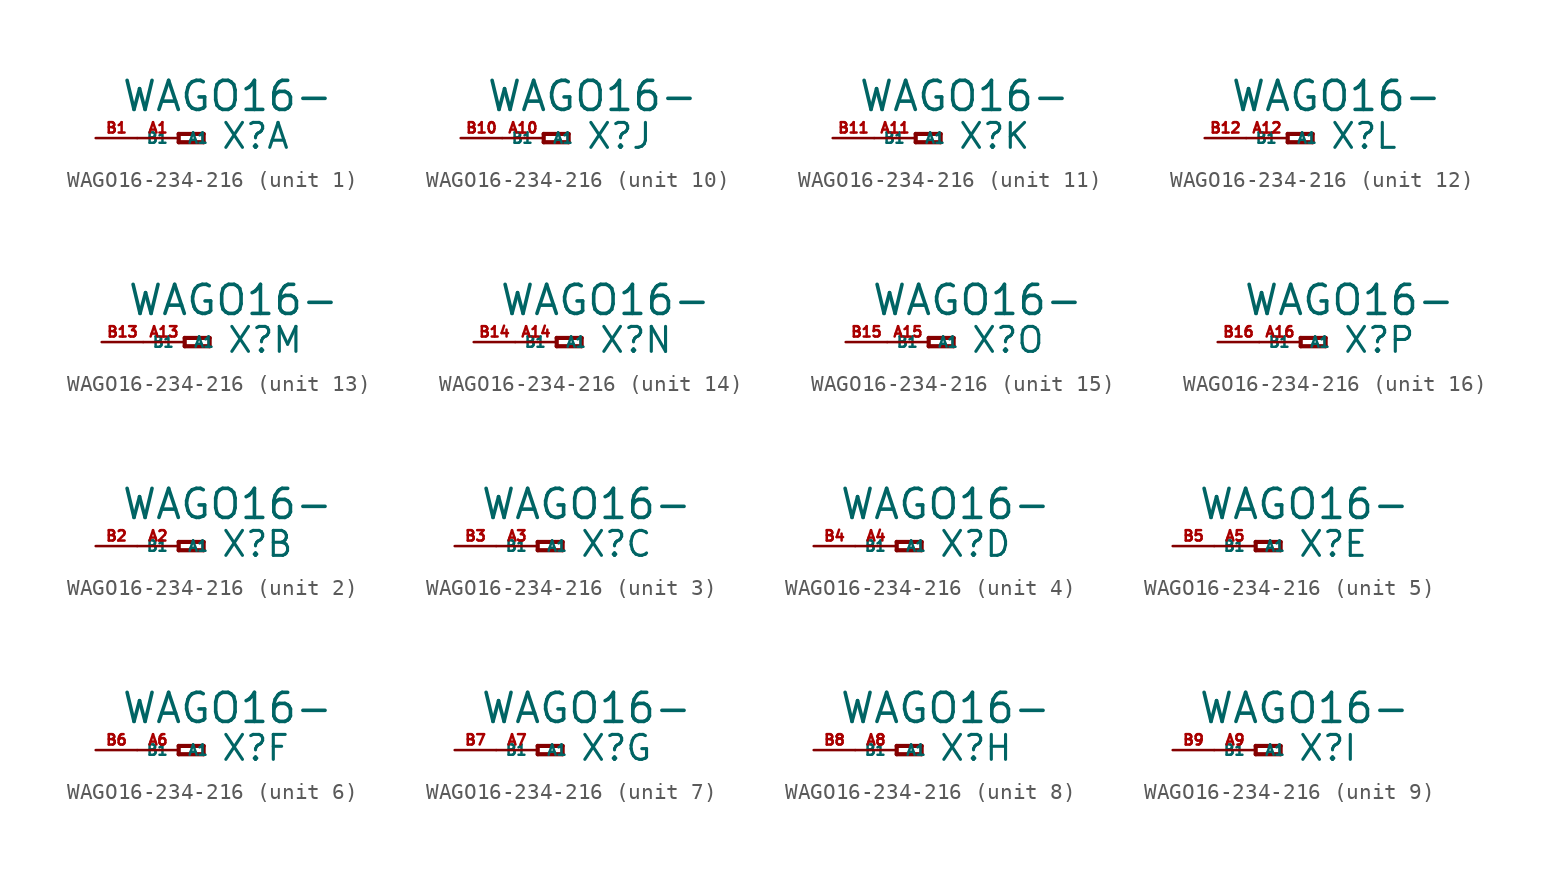
<source format=kicad_sym>
(kicad_symbol_lib
  (version 20220914)
  (generator Eagle2Kicad)
  (symbol "WAGO16-234-216"
    (property "Reference" "X"
      (at 2.54 -0.762 0)
      (effects (font (size 1.524 1.524) (thickness 0.19)) (justify left bottom)))
    (property "Value" "WAGO16-"
      (at -3.556 1.524 0)
      (effects (font (size 1.778 1.778) (thickness 0.22)) (justify left bottom)))
    (symbol "WAGO16-234-216_1_0"
      (polyline (pts (xy 0 0.254) (xy 0 -0.254)) (stroke (width 0.254) (type default)) (fill (type none)))
      (polyline (pts (xy 0 -0.254) (xy 1.524 -0.254)) (stroke (width 0.254) (type default)) (fill (type none)))
      (polyline (pts (xy 1.524 -0.254) (xy 1.524 0.254)) (stroke (width 0.254) (type default)) (fill (type none)))
      (polyline (pts (xy 1.524 0.254) (xy 0 0.254)) (stroke (width 0.254) (type default)) (fill (type none)))
      (pin passive line (at -2.54 0 0) (length 2.54) (name "A1" (effects (font (size 0.635 0.635) (thickness 0.08)) (justify left bottom))) (number "A1" (effects (font (size 0.635 0.635) (thickness 0.08)) (justify left bottom))))
      (pin passive line (at -5.08 0 0) (length 2.54) (name "B1" (effects (font (size 0.635 0.635) (thickness 0.08)) (justify left bottom))) (number "B1" (effects (font (size 0.635 0.635) (thickness 0.08)) (justify left bottom)))))
    (symbol "WAGO16-234-216_2_0"
      (polyline (pts (xy 0 0.254) (xy 0 -0.254)) (stroke (width 0.254) (type default)) (fill (type none)))
      (polyline (pts (xy 0 -0.254) (xy 1.524 -0.254)) (stroke (width 0.254) (type default)) (fill (type none)))
      (polyline (pts (xy 1.524 -0.254) (xy 1.524 0.254)) (stroke (width 0.254) (type default)) (fill (type none)))
      (polyline (pts (xy 1.524 0.254) (xy 0 0.254)) (stroke (width 0.254) (type default)) (fill (type none)))
      (pin passive line (at -2.54 0 0) (length 2.54) (name "A1" (effects (font (size 0.635 0.635) (thickness 0.08)) (justify left bottom))) (number "A2" (effects (font (size 0.635 0.635) (thickness 0.08)) (justify left bottom))))
      (pin passive line (at -5.08 0 0) (length 2.54) (name "B1" (effects (font (size 0.635 0.635) (thickness 0.08)) (justify left bottom))) (number "B2" (effects (font (size 0.635 0.635) (thickness 0.08)) (justify left bottom)))))
    (symbol "WAGO16-234-216_3_0"
      (polyline (pts (xy 0 0.254) (xy 0 -0.254)) (stroke (width 0.254) (type default)) (fill (type none)))
      (polyline (pts (xy 0 -0.254) (xy 1.524 -0.254)) (stroke (width 0.254) (type default)) (fill (type none)))
      (polyline (pts (xy 1.524 -0.254) (xy 1.524 0.254)) (stroke (width 0.254) (type default)) (fill (type none)))
      (polyline (pts (xy 1.524 0.254) (xy 0 0.254)) (stroke (width 0.254) (type default)) (fill (type none)))
      (pin passive line (at -2.54 0 0) (length 2.54) (name "A1" (effects (font (size 0.635 0.635) (thickness 0.08)) (justify left bottom))) (number "A3" (effects (font (size 0.635 0.635) (thickness 0.08)) (justify left bottom))))
      (pin passive line (at -5.08 0 0) (length 2.54) (name "B1" (effects (font (size 0.635 0.635) (thickness 0.08)) (justify left bottom))) (number "B3" (effects (font (size 0.635 0.635) (thickness 0.08)) (justify left bottom)))))
    (symbol "WAGO16-234-216_4_0"
      (polyline (pts (xy 0 0.254) (xy 0 -0.254)) (stroke (width 0.254) (type default)) (fill (type none)))
      (polyline (pts (xy 0 -0.254) (xy 1.524 -0.254)) (stroke (width 0.254) (type default)) (fill (type none)))
      (polyline (pts (xy 1.524 -0.254) (xy 1.524 0.254)) (stroke (width 0.254) (type default)) (fill (type none)))
      (polyline (pts (xy 1.524 0.254) (xy 0 0.254)) (stroke (width 0.254) (type default)) (fill (type none)))
      (pin passive line (at -2.54 0 0) (length 2.54) (name "A1" (effects (font (size 0.635 0.635) (thickness 0.08)) (justify left bottom))) (number "A4" (effects (font (size 0.635 0.635) (thickness 0.08)) (justify left bottom))))
      (pin passive line (at -5.08 0 0) (length 2.54) (name "B1" (effects (font (size 0.635 0.635) (thickness 0.08)) (justify left bottom))) (number "B4" (effects (font (size 0.635 0.635) (thickness 0.08)) (justify left bottom)))))
    (symbol "WAGO16-234-216_5_0"
      (polyline (pts (xy 0 0.254) (xy 0 -0.254)) (stroke (width 0.254) (type default)) (fill (type none)))
      (polyline (pts (xy 0 -0.254) (xy 1.524 -0.254)) (stroke (width 0.254) (type default)) (fill (type none)))
      (polyline (pts (xy 1.524 -0.254) (xy 1.524 0.254)) (stroke (width 0.254) (type default)) (fill (type none)))
      (polyline (pts (xy 1.524 0.254) (xy 0 0.254)) (stroke (width 0.254) (type default)) (fill (type none)))
      (pin passive line (at -2.54 0 0) (length 2.54) (name "A1" (effects (font (size 0.635 0.635) (thickness 0.08)) (justify left bottom))) (number "A5" (effects (font (size 0.635 0.635) (thickness 0.08)) (justify left bottom))))
      (pin passive line (at -5.08 0 0) (length 2.54) (name "B1" (effects (font (size 0.635 0.635) (thickness 0.08)) (justify left bottom))) (number "B5" (effects (font (size 0.635 0.635) (thickness 0.08)) (justify left bottom)))))
    (symbol "WAGO16-234-216_6_0"
      (polyline (pts (xy 0 0.254) (xy 0 -0.254)) (stroke (width 0.254) (type default)) (fill (type none)))
      (polyline (pts (xy 0 -0.254) (xy 1.524 -0.254)) (stroke (width 0.254) (type default)) (fill (type none)))
      (polyline (pts (xy 1.524 -0.254) (xy 1.524 0.254)) (stroke (width 0.254) (type default)) (fill (type none)))
      (polyline (pts (xy 1.524 0.254) (xy 0 0.254)) (stroke (width 0.254) (type default)) (fill (type none)))
      (pin passive line (at -2.54 0 0) (length 2.54) (name "A1" (effects (font (size 0.635 0.635) (thickness 0.08)) (justify left bottom))) (number "A6" (effects (font (size 0.635 0.635) (thickness 0.08)) (justify left bottom))))
      (pin passive line (at -5.08 0 0) (length 2.54) (name "B1" (effects (font (size 0.635 0.635) (thickness 0.08)) (justify left bottom))) (number "B6" (effects (font (size 0.635 0.635) (thickness 0.08)) (justify left bottom)))))
    (symbol "WAGO16-234-216_7_0"
      (polyline (pts (xy 0 0.254) (xy 0 -0.254)) (stroke (width 0.254) (type default)) (fill (type none)))
      (polyline (pts (xy 0 -0.254) (xy 1.524 -0.254)) (stroke (width 0.254) (type default)) (fill (type none)))
      (polyline (pts (xy 1.524 -0.254) (xy 1.524 0.254)) (stroke (width 0.254) (type default)) (fill (type none)))
      (polyline (pts (xy 1.524 0.254) (xy 0 0.254)) (stroke (width 0.254) (type default)) (fill (type none)))
      (pin passive line (at -2.54 0 0) (length 2.54) (name "A1" (effects (font (size 0.635 0.635) (thickness 0.08)) (justify left bottom))) (number "A7" (effects (font (size 0.635 0.635) (thickness 0.08)) (justify left bottom))))
      (pin passive line (at -5.08 0 0) (length 2.54) (name "B1" (effects (font (size 0.635 0.635) (thickness 0.08)) (justify left bottom))) (number "B7" (effects (font (size 0.635 0.635) (thickness 0.08)) (justify left bottom)))))
    (symbol "WAGO16-234-216_8_0"
      (polyline (pts (xy 0 0.254) (xy 0 -0.254)) (stroke (width 0.254) (type default)) (fill (type none)))
      (polyline (pts (xy 0 -0.254) (xy 1.524 -0.254)) (stroke (width 0.254) (type default)) (fill (type none)))
      (polyline (pts (xy 1.524 -0.254) (xy 1.524 0.254)) (stroke (width 0.254) (type default)) (fill (type none)))
      (polyline (pts (xy 1.524 0.254) (xy 0 0.254)) (stroke (width 0.254) (type default)) (fill (type none)))
      (pin passive line (at -2.54 0 0) (length 2.54) (name "A1" (effects (font (size 0.635 0.635) (thickness 0.08)) (justify left bottom))) (number "A8" (effects (font (size 0.635 0.635) (thickness 0.08)) (justify left bottom))))
      (pin passive line (at -5.08 0 0) (length 2.54) (name "B1" (effects (font (size 0.635 0.635) (thickness 0.08)) (justify left bottom))) (number "B8" (effects (font (size 0.635 0.635) (thickness 0.08)) (justify left bottom)))))
    (symbol "WAGO16-234-216_9_0"
      (polyline (pts (xy 0 0.254) (xy 0 -0.254)) (stroke (width 0.254) (type default)) (fill (type none)))
      (polyline (pts (xy 0 -0.254) (xy 1.524 -0.254)) (stroke (width 0.254) (type default)) (fill (type none)))
      (polyline (pts (xy 1.524 -0.254) (xy 1.524 0.254)) (stroke (width 0.254) (type default)) (fill (type none)))
      (polyline (pts (xy 1.524 0.254) (xy 0 0.254)) (stroke (width 0.254) (type default)) (fill (type none)))
      (pin passive line (at -2.54 0 0) (length 2.54) (name "A1" (effects (font (size 0.635 0.635) (thickness 0.08)) (justify left bottom))) (number "A9" (effects (font (size 0.635 0.635) (thickness 0.08)) (justify left bottom))))
      (pin passive line (at -5.08 0 0) (length 2.54) (name "B1" (effects (font (size 0.635 0.635) (thickness 0.08)) (justify left bottom))) (number "B9" (effects (font (size 0.635 0.635) (thickness 0.08)) (justify left bottom)))))
    (symbol "WAGO16-234-216_10_0"
      (polyline (pts (xy 0 0.254) (xy 0 -0.254)) (stroke (width 0.254) (type default)) (fill (type none)))
      (polyline (pts (xy 0 -0.254) (xy 1.524 -0.254)) (stroke (width 0.254) (type default)) (fill (type none)))
      (polyline (pts (xy 1.524 -0.254) (xy 1.524 0.254)) (stroke (width 0.254) (type default)) (fill (type none)))
      (polyline (pts (xy 1.524 0.254) (xy 0 0.254)) (stroke (width 0.254) (type default)) (fill (type none)))
      (pin passive line (at -2.54 0 0) (length 2.54) (name "A1" (effects (font (size 0.635 0.635) (thickness 0.08)) (justify left bottom))) (number "A10" (effects (font (size 0.635 0.635) (thickness 0.08)) (justify left bottom))))
      (pin passive line (at -5.08 0 0) (length 2.54) (name "B1" (effects (font (size 0.635 0.635) (thickness 0.08)) (justify left bottom))) (number "B10" (effects (font (size 0.635 0.635) (thickness 0.08)) (justify left bottom)))))
    (symbol "WAGO16-234-216_11_0"
      (polyline (pts (xy 0 0.254) (xy 0 -0.254)) (stroke (width 0.254) (type default)) (fill (type none)))
      (polyline (pts (xy 0 -0.254) (xy 1.524 -0.254)) (stroke (width 0.254) (type default)) (fill (type none)))
      (polyline (pts (xy 1.524 -0.254) (xy 1.524 0.254)) (stroke (width 0.254) (type default)) (fill (type none)))
      (polyline (pts (xy 1.524 0.254) (xy 0 0.254)) (stroke (width 0.254) (type default)) (fill (type none)))
      (pin passive line (at -2.54 0 0) (length 2.54) (name "A1" (effects (font (size 0.635 0.635) (thickness 0.08)) (justify left bottom))) (number "A11" (effects (font (size 0.635 0.635) (thickness 0.08)) (justify left bottom))))
      (pin passive line (at -5.08 0 0) (length 2.54) (name "B1" (effects (font (size 0.635 0.635) (thickness 0.08)) (justify left bottom))) (number "B11" (effects (font (size 0.635 0.635) (thickness 0.08)) (justify left bottom)))))
    (symbol "WAGO16-234-216_12_0"
      (polyline (pts (xy 0 0.254) (xy 0 -0.254)) (stroke (width 0.254) (type default)) (fill (type none)))
      (polyline (pts (xy 0 -0.254) (xy 1.524 -0.254)) (stroke (width 0.254) (type default)) (fill (type none)))
      (polyline (pts (xy 1.524 -0.254) (xy 1.524 0.254)) (stroke (width 0.254) (type default)) (fill (type none)))
      (polyline (pts (xy 1.524 0.254) (xy 0 0.254)) (stroke (width 0.254) (type default)) (fill (type none)))
      (pin passive line (at -2.54 0 0) (length 2.54) (name "A1" (effects (font (size 0.635 0.635) (thickness 0.08)) (justify left bottom))) (number "A12" (effects (font (size 0.635 0.635) (thickness 0.08)) (justify left bottom))))
      (pin passive line (at -5.08 0 0) (length 2.54) (name "B1" (effects (font (size 0.635 0.635) (thickness 0.08)) (justify left bottom))) (number "B12" (effects (font (size 0.635 0.635) (thickness 0.08)) (justify left bottom)))))
    (symbol "WAGO16-234-216_13_0"
      (polyline (pts (xy 0 0.254) (xy 0 -0.254)) (stroke (width 0.254) (type default)) (fill (type none)))
      (polyline (pts (xy 0 -0.254) (xy 1.524 -0.254)) (stroke (width 0.254) (type default)) (fill (type none)))
      (polyline (pts (xy 1.524 -0.254) (xy 1.524 0.254)) (stroke (width 0.254) (type default)) (fill (type none)))
      (polyline (pts (xy 1.524 0.254) (xy 0 0.254)) (stroke (width 0.254) (type default)) (fill (type none)))
      (pin passive line (at -2.54 0 0) (length 2.54) (name "A1" (effects (font (size 0.635 0.635) (thickness 0.08)) (justify left bottom))) (number "A13" (effects (font (size 0.635 0.635) (thickness 0.08)) (justify left bottom))))
      (pin passive line (at -5.08 0 0) (length 2.54) (name "B1" (effects (font (size 0.635 0.635) (thickness 0.08)) (justify left bottom))) (number "B13" (effects (font (size 0.635 0.635) (thickness 0.08)) (justify left bottom)))))
    (symbol "WAGO16-234-216_14_0"
      (polyline (pts (xy 0 0.254) (xy 0 -0.254)) (stroke (width 0.254) (type default)) (fill (type none)))
      (polyline (pts (xy 0 -0.254) (xy 1.524 -0.254)) (stroke (width 0.254) (type default)) (fill (type none)))
      (polyline (pts (xy 1.524 -0.254) (xy 1.524 0.254)) (stroke (width 0.254) (type default)) (fill (type none)))
      (polyline (pts (xy 1.524 0.254) (xy 0 0.254)) (stroke (width 0.254) (type default)) (fill (type none)))
      (pin passive line (at -2.54 0 0) (length 2.54) (name "A1" (effects (font (size 0.635 0.635) (thickness 0.08)) (justify left bottom))) (number "A14" (effects (font (size 0.635 0.635) (thickness 0.08)) (justify left bottom))))
      (pin passive line (at -5.08 0 0) (length 2.54) (name "B1" (effects (font (size 0.635 0.635) (thickness 0.08)) (justify left bottom))) (number "B14" (effects (font (size 0.635 0.635) (thickness 0.08)) (justify left bottom)))))
    (symbol "WAGO16-234-216_15_0"
      (polyline (pts (xy 0 0.254) (xy 0 -0.254)) (stroke (width 0.254) (type default)) (fill (type none)))
      (polyline (pts (xy 0 -0.254) (xy 1.524 -0.254)) (stroke (width 0.254) (type default)) (fill (type none)))
      (polyline (pts (xy 1.524 -0.254) (xy 1.524 0.254)) (stroke (width 0.254) (type default)) (fill (type none)))
      (polyline (pts (xy 1.524 0.254) (xy 0 0.254)) (stroke (width 0.254) (type default)) (fill (type none)))
      (pin passive line (at -2.54 0 0) (length 2.54) (name "A1" (effects (font (size 0.635 0.635) (thickness 0.08)) (justify left bottom))) (number "A15" (effects (font (size 0.635 0.635) (thickness 0.08)) (justify left bottom))))
      (pin passive line (at -5.08 0 0) (length 2.54) (name "B1" (effects (font (size 0.635 0.635) (thickness 0.08)) (justify left bottom))) (number "B15" (effects (font (size 0.635 0.635) (thickness 0.08)) (justify left bottom)))))
    (symbol "WAGO16-234-216_16_0"
      (polyline (pts (xy 0 0.254) (xy 0 -0.254)) (stroke (width 0.254) (type default)) (fill (type none)))
      (polyline (pts (xy 0 -0.254) (xy 1.524 -0.254)) (stroke (width 0.254) (type default)) (fill (type none)))
      (polyline (pts (xy 1.524 -0.254) (xy 1.524 0.254)) (stroke (width 0.254) (type default)) (fill (type none)))
      (polyline (pts (xy 1.524 0.254) (xy 0 0.254)) (stroke (width 0.254) (type default)) (fill (type none)))
      (pin passive line (at -2.54 0 0) (length 2.54) (name "A1" (effects (font (size 0.635 0.635) (thickness 0.08)) (justify left bottom))) (number "A16" (effects (font (size 0.635 0.635) (thickness 0.08)) (justify left bottom))))
      (pin passive line (at -5.08 0 0) (length 2.54) (name "B1" (effects (font (size 0.635 0.635) (thickness 0.08)) (justify left bottom))) (number "B16" (effects (font (size 0.635 0.635) (thickness 0.08)) (justify left bottom)))))))
</source>
